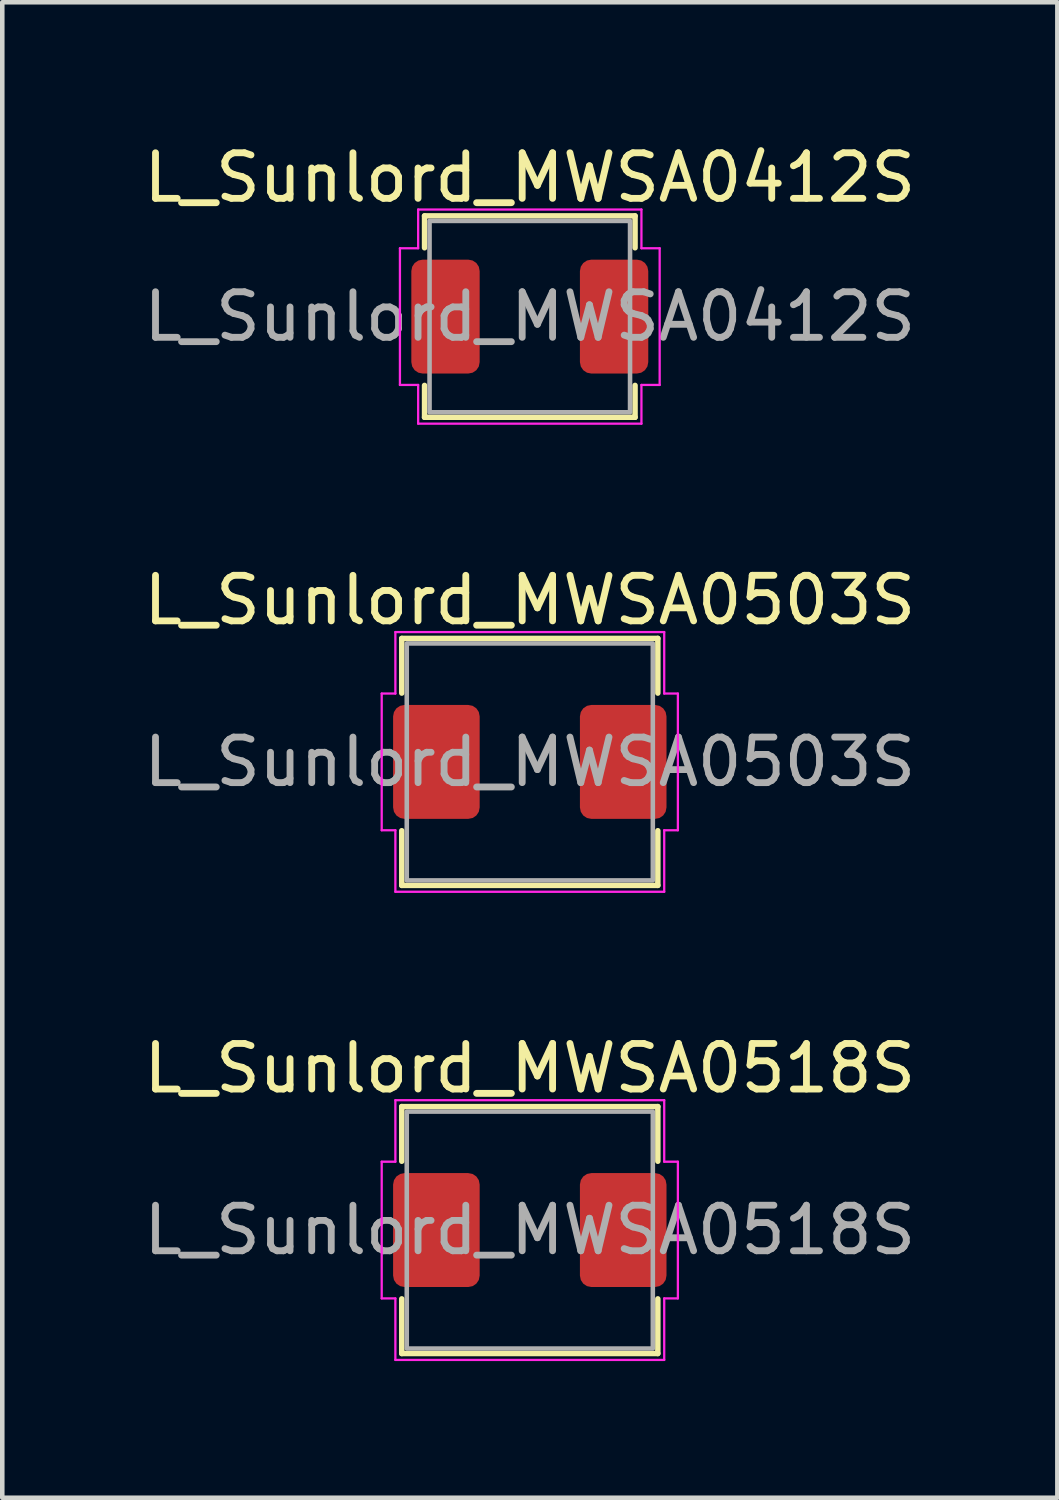
<source format=kicad_pcb>
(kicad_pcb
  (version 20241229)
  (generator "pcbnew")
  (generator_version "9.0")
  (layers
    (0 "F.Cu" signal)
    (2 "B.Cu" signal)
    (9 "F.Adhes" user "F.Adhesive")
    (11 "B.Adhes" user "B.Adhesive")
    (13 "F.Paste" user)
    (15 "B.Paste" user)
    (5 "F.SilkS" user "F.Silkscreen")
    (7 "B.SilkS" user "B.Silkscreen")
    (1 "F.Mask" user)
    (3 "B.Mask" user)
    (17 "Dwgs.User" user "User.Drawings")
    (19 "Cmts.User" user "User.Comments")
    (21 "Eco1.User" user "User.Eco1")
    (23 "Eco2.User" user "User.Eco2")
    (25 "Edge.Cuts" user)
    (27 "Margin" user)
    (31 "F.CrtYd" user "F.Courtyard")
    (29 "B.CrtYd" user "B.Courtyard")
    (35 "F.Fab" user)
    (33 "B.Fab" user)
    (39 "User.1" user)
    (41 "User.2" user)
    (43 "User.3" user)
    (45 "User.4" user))
  (footprint "L_Sunlord_MWSA0503S"
    (layer "F.Cu")
    (at 8.577 13.671)
    (property "Reference" "L_Sunlord_MWSA0503S" (at 0 -3.55 0) (layer "F.SilkS") (effects (font (size 1 1) (thickness 0.15))))
    (attr smd)
    (fp_line (start -2.81 -2.71) (end 2.81 -2.71) (stroke (width 0.12) (type solid)) (layer "F.SilkS"))
    (fp_line (start -2.81 -1.51) (end -2.81 -2.71) (stroke (width 0.12) (type solid)) (layer "F.SilkS"))
    (fp_line (start -2.81 2.71) (end -2.81 1.51) (stroke (width 0.12) (type solid)) (layer "F.SilkS"))
    (fp_line (start 2.81 -2.71) (end 2.81 -1.51) (stroke (width 0.12) (type solid)) (layer "F.SilkS"))
    (fp_line (start 2.81 1.51) (end 2.81 2.71) (stroke (width 0.12) (type solid)) (layer "F.SilkS"))
    (fp_line (start 2.81 2.71) (end -2.81 2.71) (stroke (width 0.12) (type solid)) (layer "F.SilkS"))
    (fp_line (start -3.25 -1.5) (end -2.95 -1.5) (stroke (width 0.05) (type solid)) (layer "F.CrtYd"))
    (fp_line (start -3.25 1.5) (end -3.25 -1.5) (stroke (width 0.05) (type solid)) (layer "F.CrtYd"))
    (fp_line (start -2.95 -2.85) (end 2.95 -2.85) (stroke (width 0.05) (type solid)) (layer "F.CrtYd"))
    (fp_line (start -2.95 -1.5) (end -2.95 -2.85) (stroke (width 0.05) (type solid)) (layer "F.CrtYd"))
    (fp_line (start -2.95 1.5) (end -3.25 1.5) (stroke (width 0.05) (type solid)) (layer "F.CrtYd"))
    (fp_line (start -2.95 2.85) (end -2.95 1.5) (stroke (width 0.05) (type solid)) (layer "F.CrtYd"))
    (fp_line (start 2.95 -2.85) (end 2.95 -1.5) (stroke (width 0.05) (type solid)) (layer "F.CrtYd"))
    (fp_line (start 2.95 -1.5) (end 3.25 -1.5) (stroke (width 0.05) (type solid)) (layer "F.CrtYd"))
    (fp_line (start 2.95 1.5) (end 2.95 2.85) (stroke (width 0.05) (type solid)) (layer "F.CrtYd"))
    (fp_line (start 2.95 2.85) (end -2.95 2.85) (stroke (width 0.05) (type solid)) (layer "F.CrtYd"))
    (fp_line (start 3.25 -1.5) (end 3.25 1.5) (stroke (width 0.05) (type solid)) (layer "F.CrtYd"))
    (fp_line (start 3.25 1.5) (end 2.95 1.5) (stroke (width 0.05) (type solid)) (layer "F.CrtYd"))
    (fp_rect (start -2.7 -2.6) (end 2.7 2.6) (stroke (width 0.1) (type solid)) (fill no) (layer "F.Fab"))
    (fp_text user "${REFERENCE}" (at 0 0 0) (layer "F.Fab") (effects (font (size 1 1) (thickness 0.15))))
    (pad "1" smd roundrect (at -2.05 0) (size 1.9 2.5) (layers "F.Cu" "F.Mask" "F.Paste") (roundrect_rratio 0.132))
    (pad "2" smd roundrect (at 2.05 0) (size 1.9 2.5) (layers "F.Cu" "F.Mask" "F.Paste") (roundrect_rratio 0.132)))
  (footprint "L_Sunlord_MWSA0412S"
    (layer "F.Cu")
    (at 8.577 3.898)
    (property "Reference" "L_Sunlord_MWSA0412S" (at 0 -3.05 0) (layer "F.SilkS") (effects (font (size 1 1) (thickness 0.15))))
    (attr smd)
    (fp_line (start -2.31 -2.21) (end 2.31 -2.21) (stroke (width 0.12) (type solid)) (layer "F.SilkS"))
    (fp_line (start -2.31 -1.51) (end -2.31 -2.21) (stroke (width 0.12) (type solid)) (layer "F.SilkS"))
    (fp_line (start -2.31 2.21) (end -2.31 1.51) (stroke (width 0.12) (type solid)) (layer "F.SilkS"))
    (fp_line (start 2.31 -2.21) (end 2.31 -1.51) (stroke (width 0.12) (type solid)) (layer "F.SilkS"))
    (fp_line (start 2.31 1.51) (end 2.31 2.21) (stroke (width 0.12) (type solid)) (layer "F.SilkS"))
    (fp_line (start 2.31 2.21) (end -2.31 2.21) (stroke (width 0.12) (type solid)) (layer "F.SilkS"))
    (fp_line (start -2.85 -1.5) (end -2.45 -1.5) (stroke (width 0.05) (type solid)) (layer "F.CrtYd"))
    (fp_line (start -2.85 1.5) (end -2.85 -1.5) (stroke (width 0.05) (type solid)) (layer "F.CrtYd"))
    (fp_line (start -2.45 -2.35) (end 2.45 -2.35) (stroke (width 0.05) (type solid)) (layer "F.CrtYd"))
    (fp_line (start -2.45 -1.5) (end -2.45 -2.35) (stroke (width 0.05) (type solid)) (layer "F.CrtYd"))
    (fp_line (start -2.45 1.5) (end -2.85 1.5) (stroke (width 0.05) (type solid)) (layer "F.CrtYd"))
    (fp_line (start -2.45 2.35) (end -2.45 1.5) (stroke (width 0.05) (type solid)) (layer "F.CrtYd"))
    (fp_line (start 2.45 -2.35) (end 2.45 -1.5) (stroke (width 0.05) (type solid)) (layer "F.CrtYd"))
    (fp_line (start 2.45 -1.5) (end 2.85 -1.5) (stroke (width 0.05) (type solid)) (layer "F.CrtYd"))
    (fp_line (start 2.45 1.5) (end 2.45 2.35) (stroke (width 0.05) (type solid)) (layer "F.CrtYd"))
    (fp_line (start 2.45 2.35) (end -2.45 2.35) (stroke (width 0.05) (type solid)) (layer "F.CrtYd"))
    (fp_line (start 2.85 -1.5) (end 2.85 1.5) (stroke (width 0.05) (type solid)) (layer "F.CrtYd"))
    (fp_line (start 2.85 1.5) (end 2.45 1.5) (stroke (width 0.05) (type solid)) (layer "F.CrtYd"))
    (fp_rect (start -2.2 -2.1) (end 2.2 2.1) (stroke (width 0.1) (type solid)) (fill no) (layer "F.Fab"))
    (fp_text user "${REFERENCE}" (at 0 0 0) (layer "F.Fab") (effects (font (size 1 1) (thickness 0.15))))
    (pad "1" smd roundrect (at -1.85 0) (size 1.5 2.5) (layers "F.Cu" "F.Mask" "F.Paste") (roundrect_rratio 0.167))
    (pad "2" smd roundrect (at 1.85 0) (size 1.5 2.5) (layers "F.Cu" "F.Mask" "F.Paste") (roundrect_rratio 0.167)))
  (footprint "L_Sunlord_MWSA0518S"
    (layer "F.Cu")
    (at 8.577 23.945)
    (property "Reference" "L_Sunlord_MWSA0518S" (at 0 -3.55 0) (layer "F.SilkS") (effects (font (size 1 1) (thickness 0.15))))
    (attr smd)
    (fp_line (start -2.81 -2.71) (end 2.81 -2.71) (stroke (width 0.12) (type solid)) (layer "F.SilkS"))
    (fp_line (start -2.81 -1.51) (end -2.81 -2.71) (stroke (width 0.12) (type solid)) (layer "F.SilkS"))
    (fp_line (start -2.81 2.71) (end -2.81 1.51) (stroke (width 0.12) (type solid)) (layer "F.SilkS"))
    (fp_line (start 2.81 -2.71) (end 2.81 -1.51) (stroke (width 0.12) (type solid)) (layer "F.SilkS"))
    (fp_line (start 2.81 1.51) (end 2.81 2.71) (stroke (width 0.12) (type solid)) (layer "F.SilkS"))
    (fp_line (start 2.81 2.71) (end -2.81 2.71) (stroke (width 0.12) (type solid)) (layer "F.SilkS"))
    (fp_line (start -3.25 -1.5) (end -2.95 -1.5) (stroke (width 0.05) (type solid)) (layer "F.CrtYd"))
    (fp_line (start -3.25 1.5) (end -3.25 -1.5) (stroke (width 0.05) (type solid)) (layer "F.CrtYd"))
    (fp_line (start -2.95 -2.85) (end 2.95 -2.85) (stroke (width 0.05) (type solid)) (layer "F.CrtYd"))
    (fp_line (start -2.95 -1.5) (end -2.95 -2.85) (stroke (width 0.05) (type solid)) (layer "F.CrtYd"))
    (fp_line (start -2.95 1.5) (end -3.25 1.5) (stroke (width 0.05) (type solid)) (layer "F.CrtYd"))
    (fp_line (start -2.95 2.85) (end -2.95 1.5) (stroke (width 0.05) (type solid)) (layer "F.CrtYd"))
    (fp_line (start 2.95 -2.85) (end 2.95 -1.5) (stroke (width 0.05) (type solid)) (layer "F.CrtYd"))
    (fp_line (start 2.95 -1.5) (end 3.25 -1.5) (stroke (width 0.05) (type solid)) (layer "F.CrtYd"))
    (fp_line (start 2.95 1.5) (end 2.95 2.85) (stroke (width 0.05) (type solid)) (layer "F.CrtYd"))
    (fp_line (start 2.95 2.85) (end -2.95 2.85) (stroke (width 0.05) (type solid)) (layer "F.CrtYd"))
    (fp_line (start 3.25 -1.5) (end 3.25 1.5) (stroke (width 0.05) (type solid)) (layer "F.CrtYd"))
    (fp_line (start 3.25 1.5) (end 2.95 1.5) (stroke (width 0.05) (type solid)) (layer "F.CrtYd"))
    (fp_rect (start -2.7 -2.6) (end 2.7 2.6) (stroke (width 0.1) (type solid)) (fill no) (layer "F.Fab"))
    (fp_text user "${REFERENCE}" (at 0 0 0) (layer "F.Fab") (effects (font (size 1 1) (thickness 0.15))))
    (pad "1" smd roundrect (at -2.05 0) (size 1.9 2.5) (layers "F.Cu" "F.Mask" "F.Paste") (roundrect_rratio 0.132))
    (pad "2" smd roundrect (at 2.05 0) (size 1.9 2.5) (layers "F.Cu" "F.Mask" "F.Paste") (roundrect_rratio 0.132)))
  (gr_rect
    (start -3 -3)
    (end 20.155 29.82)
    (stroke (width 0.1) (type default))
    (fill no)
    (layer "Edge.Cuts")))
</source>
